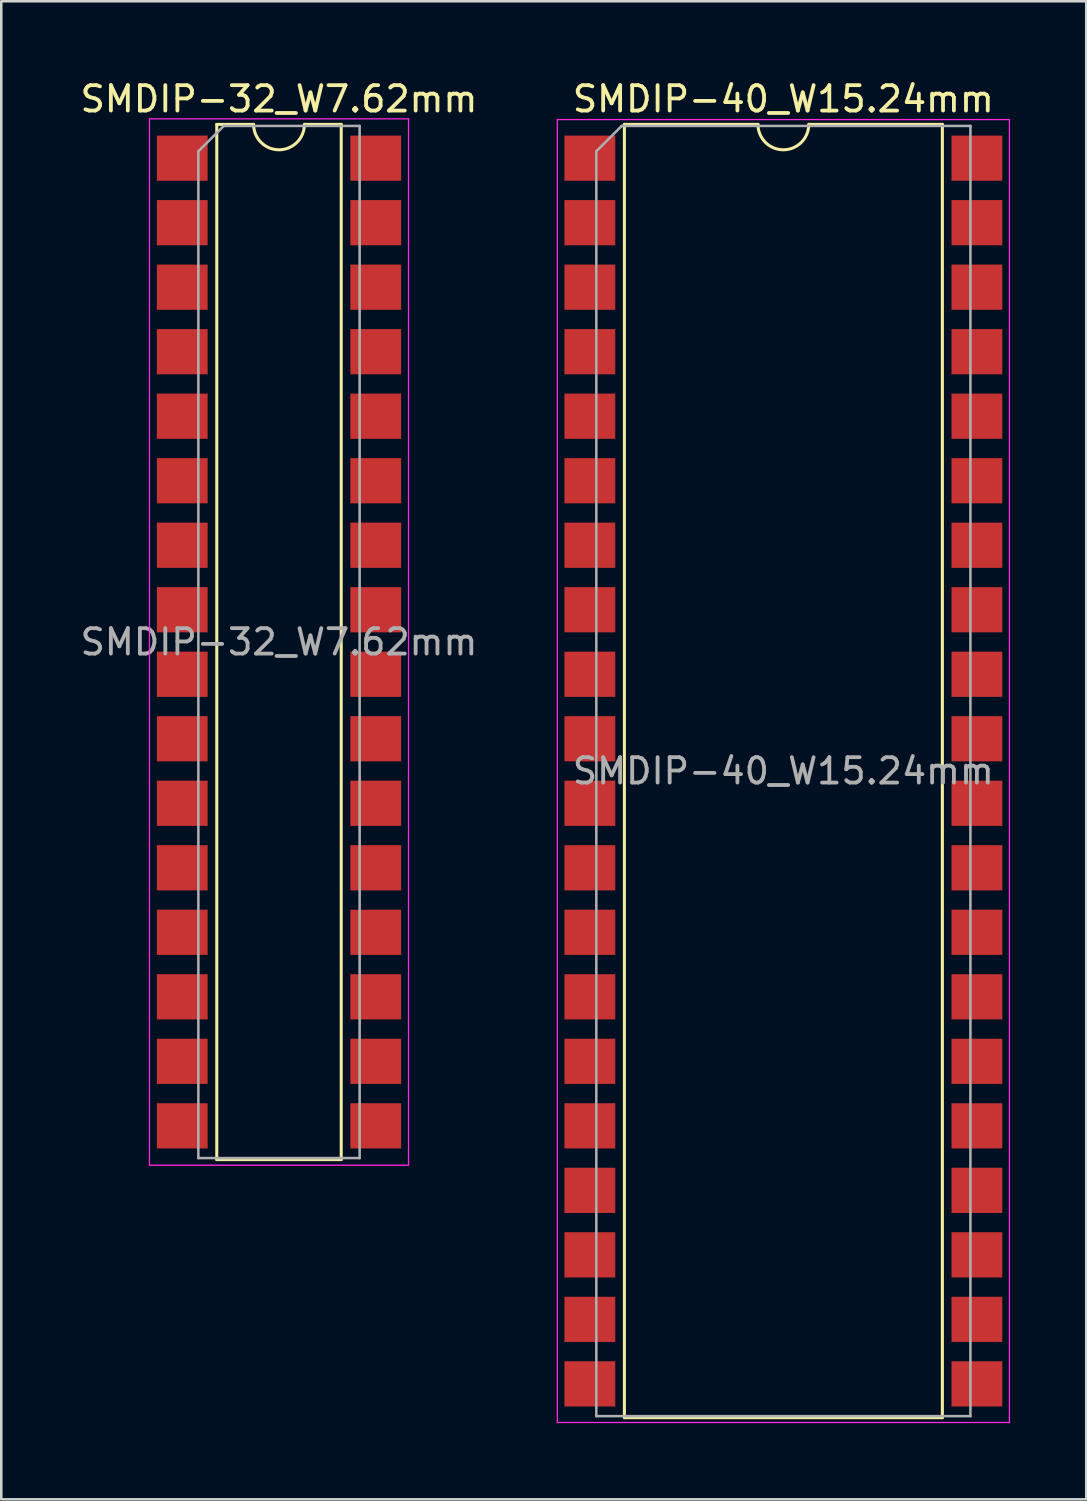
<source format=kicad_pcb>
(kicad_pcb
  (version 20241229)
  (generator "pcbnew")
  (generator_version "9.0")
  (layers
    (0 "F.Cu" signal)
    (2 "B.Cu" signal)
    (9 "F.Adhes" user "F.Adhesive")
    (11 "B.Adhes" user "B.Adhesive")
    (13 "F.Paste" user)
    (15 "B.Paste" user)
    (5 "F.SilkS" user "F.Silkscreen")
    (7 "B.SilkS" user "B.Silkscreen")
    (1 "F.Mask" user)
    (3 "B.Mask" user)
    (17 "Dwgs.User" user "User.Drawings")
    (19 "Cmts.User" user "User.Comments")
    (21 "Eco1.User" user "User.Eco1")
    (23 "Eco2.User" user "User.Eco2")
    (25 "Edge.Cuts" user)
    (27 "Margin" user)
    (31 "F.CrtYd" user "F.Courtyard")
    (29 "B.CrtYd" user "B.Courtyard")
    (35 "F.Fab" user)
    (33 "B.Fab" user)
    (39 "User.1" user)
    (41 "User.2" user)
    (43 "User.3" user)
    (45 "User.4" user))
  (footprint "SMDIP-40_W15.24mm"
    (layer "F.Cu")
    (at 27.794 27.308)
    (property "Reference" "SMDIP-40_W15.24mm" (at 0 -26.46 0) (layer "F.SilkS") (effects (font (size 1 1) (thickness 0.15))))
    (attr smd)
    (fp_line (start -6.26 -25.46) (end -6.26 25.46) (stroke (width 0.12) (type solid)) (layer "F.SilkS"))
    (fp_line (start -6.26 25.46) (end 6.26 25.46) (stroke (width 0.12) (type solid)) (layer "F.SilkS"))
    (fp_line (start -1 -25.46) (end -6.26 -25.46) (stroke (width 0.12) (type solid)) (layer "F.SilkS"))
    (fp_line (start 6.26 -25.46) (end 1 -25.46) (stroke (width 0.12) (type solid)) (layer "F.SilkS"))
    (fp_line (start 6.26 25.46) (end 6.26 -25.46) (stroke (width 0.12) (type solid)) (layer "F.SilkS"))
    (fp_arc (start 1 -25.46) (mid 0 -24.46) (end -1 -25.46) (stroke (width 0.12) (type solid)) (layer "F.SilkS"))
    (fp_line (start -8.9 -25.65) (end -8.9 25.65) (stroke (width 0.05) (type solid)) (layer "F.CrtYd"))
    (fp_line (start -8.9 25.65) (end 8.9 25.65) (stroke (width 0.05) (type solid)) (layer "F.CrtYd"))
    (fp_line (start 8.9 -25.65) (end -8.9 -25.65) (stroke (width 0.05) (type solid)) (layer "F.CrtYd"))
    (fp_line (start 8.9 25.65) (end 8.9 -25.65) (stroke (width 0.05) (type solid)) (layer "F.CrtYd"))
    (fp_line (start -7.365 -24.4) (end -6.365 -25.4) (stroke (width 0.1) (type solid)) (layer "F.Fab"))
    (fp_line (start -7.365 25.4) (end -7.365 -24.4) (stroke (width 0.1) (type solid)) (layer "F.Fab"))
    (fp_line (start -6.365 -25.4) (end 7.365 -25.4) (stroke (width 0.1) (type solid)) (layer "F.Fab"))
    (fp_line (start 7.365 -25.4) (end 7.365 25.4) (stroke (width 0.1) (type solid)) (layer "F.Fab"))
    (fp_line (start 7.365 25.4) (end -7.365 25.4) (stroke (width 0.1) (type solid)) (layer "F.Fab"))
    (fp_text user "${REFERENCE}" (at 0 0 0) (layer "F.Fab") (effects (font (size 1 1) (thickness 0.15))))
    (pad "1" smd rect (at -7.62 -24.13) (size 2 1.78) (layers "F.Cu" "F.Mask" "F.Paste"))
    (pad "2" smd rect (at -7.62 -21.59) (size 2 1.78) (layers "F.Cu" "F.Mask" "F.Paste"))
    (pad "3" smd rect (at -7.62 -19.05) (size 2 1.78) (layers "F.Cu" "F.Mask" "F.Paste"))
    (pad "4" smd rect (at -7.62 -16.51) (size 2 1.78) (layers "F.Cu" "F.Mask" "F.Paste"))
    (pad "5" smd rect (at -7.62 -13.97) (size 2 1.78) (layers "F.Cu" "F.Mask" "F.Paste"))
    (pad "6" smd rect (at -7.62 -11.43) (size 2 1.78) (layers "F.Cu" "F.Mask" "F.Paste"))
    (pad "7" smd rect (at -7.62 -8.89) (size 2 1.78) (layers "F.Cu" "F.Mask" "F.Paste"))
    (pad "8" smd rect (at -7.62 -6.35) (size 2 1.78) (layers "F.Cu" "F.Mask" "F.Paste"))
    (pad "9" smd rect (at -7.62 -3.81) (size 2 1.78) (layers "F.Cu" "F.Mask" "F.Paste"))
    (pad "10" smd rect (at -7.62 -1.27) (size 2 1.78) (layers "F.Cu" "F.Mask" "F.Paste"))
    (pad "11" smd rect (at -7.62 1.27) (size 2 1.78) (layers "F.Cu" "F.Mask" "F.Paste"))
    (pad "12" smd rect (at -7.62 3.81) (size 2 1.78) (layers "F.Cu" "F.Mask" "F.Paste"))
    (pad "13" smd rect (at -7.62 6.35) (size 2 1.78) (layers "F.Cu" "F.Mask" "F.Paste"))
    (pad "14" smd rect (at -7.62 8.89) (size 2 1.78) (layers "F.Cu" "F.Mask" "F.Paste"))
    (pad "15" smd rect (at -7.62 11.43) (size 2 1.78) (layers "F.Cu" "F.Mask" "F.Paste"))
    (pad "16" smd rect (at -7.62 13.97) (size 2 1.78) (layers "F.Cu" "F.Mask" "F.Paste"))
    (pad "17" smd rect (at -7.62 16.51) (size 2 1.78) (layers "F.Cu" "F.Mask" "F.Paste"))
    (pad "18" smd rect (at -7.62 19.05) (size 2 1.78) (layers "F.Cu" "F.Mask" "F.Paste"))
    (pad "19" smd rect (at -7.62 21.59) (size 2 1.78) (layers "F.Cu" "F.Mask" "F.Paste"))
    (pad "20" smd rect (at -7.62 24.13) (size 2 1.78) (layers "F.Cu" "F.Mask" "F.Paste"))
    (pad "21" smd rect (at 7.62 24.13) (size 2 1.78) (layers "F.Cu" "F.Mask" "F.Paste"))
    (pad "22" smd rect (at 7.62 21.59) (size 2 1.78) (layers "F.Cu" "F.Mask" "F.Paste"))
    (pad "23" smd rect (at 7.62 19.05) (size 2 1.78) (layers "F.Cu" "F.Mask" "F.Paste"))
    (pad "24" smd rect (at 7.62 16.51) (size 2 1.78) (layers "F.Cu" "F.Mask" "F.Paste"))
    (pad "25" smd rect (at 7.62 13.97) (size 2 1.78) (layers "F.Cu" "F.Mask" "F.Paste"))
    (pad "26" smd rect (at 7.62 11.43) (size 2 1.78) (layers "F.Cu" "F.Mask" "F.Paste"))
    (pad "27" smd rect (at 7.62 8.89) (size 2 1.78) (layers "F.Cu" "F.Mask" "F.Paste"))
    (pad "28" smd rect (at 7.62 6.35) (size 2 1.78) (layers "F.Cu" "F.Mask" "F.Paste"))
    (pad "29" smd rect (at 7.62 3.81) (size 2 1.78) (layers "F.Cu" "F.Mask" "F.Paste"))
    (pad "30" smd rect (at 7.62 1.27) (size 2 1.78) (layers "F.Cu" "F.Mask" "F.Paste"))
    (pad "31" smd rect (at 7.62 -1.27) (size 2 1.78) (layers "F.Cu" "F.Mask" "F.Paste"))
    (pad "32" smd rect (at 7.62 -3.81) (size 2 1.78) (layers "F.Cu" "F.Mask" "F.Paste"))
    (pad "33" smd rect (at 7.62 -6.35) (size 2 1.78) (layers "F.Cu" "F.Mask" "F.Paste"))
    (pad "34" smd rect (at 7.62 -8.89) (size 2 1.78) (layers "F.Cu" "F.Mask" "F.Paste"))
    (pad "35" smd rect (at 7.62 -11.43) (size 2 1.78) (layers "F.Cu" "F.Mask" "F.Paste"))
    (pad "36" smd rect (at 7.62 -13.97) (size 2 1.78) (layers "F.Cu" "F.Mask" "F.Paste"))
    (pad "37" smd rect (at 7.62 -16.51) (size 2 1.78) (layers "F.Cu" "F.Mask" "F.Paste"))
    (pad "38" smd rect (at 7.62 -19.05) (size 2 1.78) (layers "F.Cu" "F.Mask" "F.Paste"))
    (pad "39" smd rect (at 7.62 -21.59) (size 2 1.78) (layers "F.Cu" "F.Mask" "F.Paste"))
    (pad "40" smd rect (at 7.62 -24.13) (size 2 1.78) (layers "F.Cu" "F.Mask" "F.Paste")))
  (footprint "SMDIP-32_W7.62mm"
    (layer "F.Cu")
    (at 7.935 22.228)
    (property "Reference" "SMDIP-32_W7.62mm" (at 0 -21.38 0) (layer "F.SilkS") (effects (font (size 1 1) (thickness 0.15))))
    (attr smd)
    (fp_line (start -2.45 -20.38) (end -2.45 20.38) (stroke (width 0.12) (type solid)) (layer "F.SilkS"))
    (fp_line (start -2.45 20.38) (end 2.45 20.38) (stroke (width 0.12) (type solid)) (layer "F.SilkS"))
    (fp_line (start -1 -20.38) (end -2.45 -20.38) (stroke (width 0.12) (type solid)) (layer "F.SilkS"))
    (fp_line (start 2.45 -20.38) (end 1 -20.38) (stroke (width 0.12) (type solid)) (layer "F.SilkS"))
    (fp_line (start 2.45 20.38) (end 2.45 -20.38) (stroke (width 0.12) (type solid)) (layer "F.SilkS"))
    (fp_arc (start 1 -20.38) (mid 0 -19.38) (end -1 -20.38) (stroke (width 0.12) (type solid)) (layer "F.SilkS"))
    (fp_line (start -5.1 -20.6) (end -5.1 20.6) (stroke (width 0.05) (type solid)) (layer "F.CrtYd"))
    (fp_line (start -5.1 20.6) (end 5.1 20.6) (stroke (width 0.05) (type solid)) (layer "F.CrtYd"))
    (fp_line (start 5.1 -20.6) (end -5.1 -20.6) (stroke (width 0.05) (type solid)) (layer "F.CrtYd"))
    (fp_line (start 5.1 20.6) (end 5.1 -20.6) (stroke (width 0.05) (type solid)) (layer "F.CrtYd"))
    (fp_line (start -3.175 -19.32) (end -2.175 -20.32) (stroke (width 0.1) (type solid)) (layer "F.Fab"))
    (fp_line (start -3.175 20.32) (end -3.175 -19.32) (stroke (width 0.1) (type solid)) (layer "F.Fab"))
    (fp_line (start -2.175 -20.32) (end 3.175 -20.32) (stroke (width 0.1) (type solid)) (layer "F.Fab"))
    (fp_line (start 3.175 -20.32) (end 3.175 20.32) (stroke (width 0.1) (type solid)) (layer "F.Fab"))
    (fp_line (start 3.175 20.32) (end -3.175 20.32) (stroke (width 0.1) (type solid)) (layer "F.Fab"))
    (fp_text user "${REFERENCE}" (at 0 0 0) (layer "F.Fab") (effects (font (size 1 1) (thickness 0.15))))
    (pad "1" smd rect (at -3.81 -19.05) (size 2 1.78) (layers "F.Cu" "F.Mask" "F.Paste"))
    (pad "2" smd rect (at -3.81 -16.51) (size 2 1.78) (layers "F.Cu" "F.Mask" "F.Paste"))
    (pad "3" smd rect (at -3.81 -13.97) (size 2 1.78) (layers "F.Cu" "F.Mask" "F.Paste"))
    (pad "4" smd rect (at -3.81 -11.43) (size 2 1.78) (layers "F.Cu" "F.Mask" "F.Paste"))
    (pad "5" smd rect (at -3.81 -8.89) (size 2 1.78) (layers "F.Cu" "F.Mask" "F.Paste"))
    (pad "6" smd rect (at -3.81 -6.35) (size 2 1.78) (layers "F.Cu" "F.Mask" "F.Paste"))
    (pad "7" smd rect (at -3.81 -3.81) (size 2 1.78) (layers "F.Cu" "F.Mask" "F.Paste"))
    (pad "8" smd rect (at -3.81 -1.27) (size 2 1.78) (layers "F.Cu" "F.Mask" "F.Paste"))
    (pad "9" smd rect (at -3.81 1.27) (size 2 1.78) (layers "F.Cu" "F.Mask" "F.Paste"))
    (pad "10" smd rect (at -3.81 3.81) (size 2 1.78) (layers "F.Cu" "F.Mask" "F.Paste"))
    (pad "11" smd rect (at -3.81 6.35) (size 2 1.78) (layers "F.Cu" "F.Mask" "F.Paste"))
    (pad "12" smd rect (at -3.81 8.89) (size 2 1.78) (layers "F.Cu" "F.Mask" "F.Paste"))
    (pad "13" smd rect (at -3.81 11.43) (size 2 1.78) (layers "F.Cu" "F.Mask" "F.Paste"))
    (pad "14" smd rect (at -3.81 13.97) (size 2 1.78) (layers "F.Cu" "F.Mask" "F.Paste"))
    (pad "15" smd rect (at -3.81 16.51) (size 2 1.78) (layers "F.Cu" "F.Mask" "F.Paste"))
    (pad "16" smd rect (at -3.81 19.05) (size 2 1.78) (layers "F.Cu" "F.Mask" "F.Paste"))
    (pad "17" smd rect (at 3.81 19.05) (size 2 1.78) (layers "F.Cu" "F.Mask" "F.Paste"))
    (pad "18" smd rect (at 3.81 16.51) (size 2 1.78) (layers "F.Cu" "F.Mask" "F.Paste"))
    (pad "19" smd rect (at 3.81 13.97) (size 2 1.78) (layers "F.Cu" "F.Mask" "F.Paste"))
    (pad "20" smd rect (at 3.81 11.43) (size 2 1.78) (layers "F.Cu" "F.Mask" "F.Paste"))
    (pad "21" smd rect (at 3.81 8.89) (size 2 1.78) (layers "F.Cu" "F.Mask" "F.Paste"))
    (pad "22" smd rect (at 3.81 6.35) (size 2 1.78) (layers "F.Cu" "F.Mask" "F.Paste"))
    (pad "23" smd rect (at 3.81 3.81) (size 2 1.78) (layers "F.Cu" "F.Mask" "F.Paste"))
    (pad "24" smd rect (at 3.81 1.27) (size 2 1.78) (layers "F.Cu" "F.Mask" "F.Paste"))
    (pad "25" smd rect (at 3.81 -1.27) (size 2 1.78) (layers "F.Cu" "F.Mask" "F.Paste"))
    (pad "26" smd rect (at 3.81 -3.81) (size 2 1.78) (layers "F.Cu" "F.Mask" "F.Paste"))
    (pad "27" smd rect (at 3.81 -6.35) (size 2 1.78) (layers "F.Cu" "F.Mask" "F.Paste"))
    (pad "28" smd rect (at 3.81 -8.89) (size 2 1.78) (layers "F.Cu" "F.Mask" "F.Paste"))
    (pad "29" smd rect (at 3.81 -11.43) (size 2 1.78) (layers "F.Cu" "F.Mask" "F.Paste"))
    (pad "30" smd rect (at 3.81 -13.97) (size 2 1.78) (layers "F.Cu" "F.Mask" "F.Paste"))
    (pad "31" smd rect (at 3.81 -16.51) (size 2 1.78) (layers "F.Cu" "F.Mask" "F.Paste"))
    (pad "32" smd rect (at 3.81 -19.05) (size 2 1.78) (layers "F.Cu" "F.Mask" "F.Paste")))
  (gr_rect
    (start -3 -3)
    (end 39.719 55.983)
    (stroke (width 0.1) (type default))
    (fill no)
    (layer "Edge.Cuts")))
</source>
